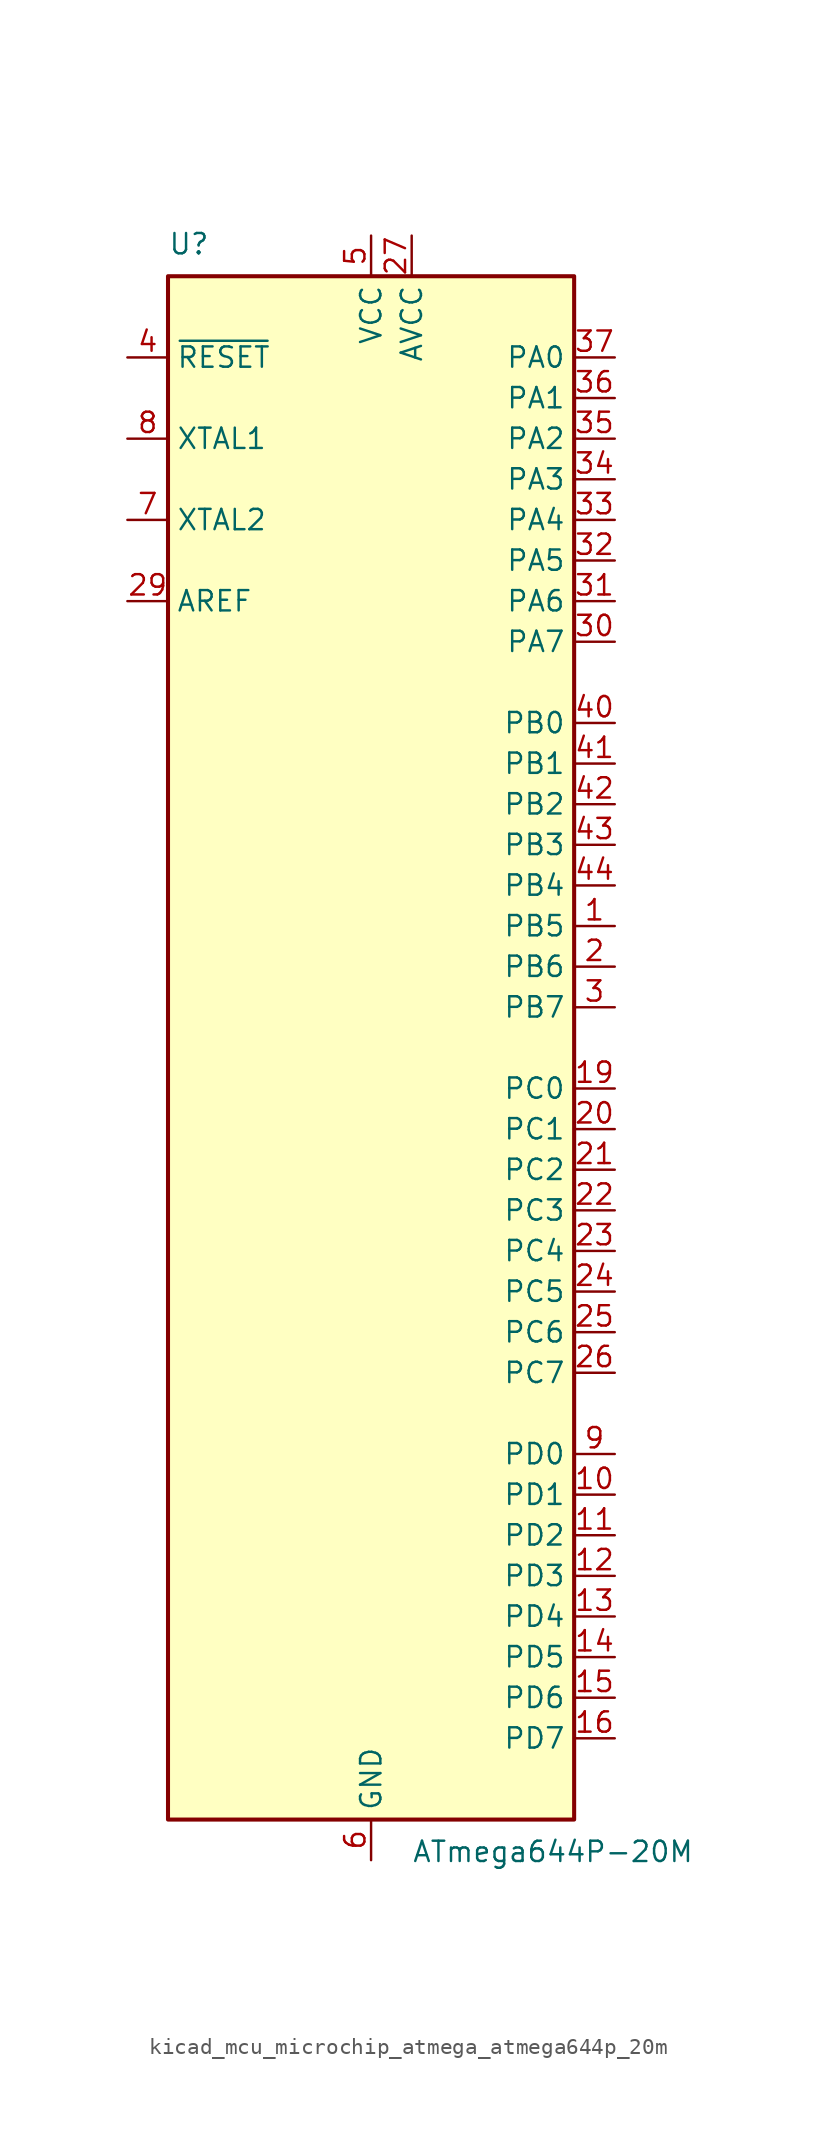
<source format=kicad_sym>
(kicad_symbol_lib
  (version 20220914)
  (generator kicad_symbol_editor)
  (symbol "kicad_mcu_microchip_atmega_atmega644p_20m"
    (property "Reference" "U"
      (at -12.7 49.53 0)
      (effects (font (size 1.27 1.27)) (justify left bottom)))
    (property "Value" "ATmega644P-20M"
      (at 2.54 -49.53 0)
      (effects (font (size 1.27 1.27)) (justify left top)))
    (symbol "kicad_mcu_microchip_atmega_atmega644p_20m_0_1"
      (rectangle (start -12.7 -48.26) (end 12.7 48.26) (stroke (width 0.254) (type default)) (fill (type background))))
    (symbol "kicad_mcu_microchip_atmega_atmega644p_20m_1_1"
      (pin bidirectional line (at 15.24 7.62 180) (length 2.54) (name "PB5" (effects (font (size 1.27 1.27)))) (number "1" (effects (font (size 1.27 1.27)))))
      (pin bidirectional line (at 15.24 -27.94 180) (length 2.54) (name "PD1" (effects (font (size 1.27 1.27)))) (number "10" (effects (font (size 1.27 1.27)))))
      (pin bidirectional line (at 15.24 -30.48 180) (length 2.54) (name "PD2" (effects (font (size 1.27 1.27)))) (number "11" (effects (font (size 1.27 1.27)))))
      (pin bidirectional line (at 15.24 -33.02 180) (length 2.54) (name "PD3" (effects (font (size 1.27 1.27)))) (number "12" (effects (font (size 1.27 1.27)))))
      (pin bidirectional line (at 15.24 -35.56 180) (length 2.54) (name "PD4" (effects (font (size 1.27 1.27)))) (number "13" (effects (font (size 1.27 1.27)))))
      (pin bidirectional line (at 15.24 -38.1 180) (length 2.54) (name "PD5" (effects (font (size 1.27 1.27)))) (number "14" (effects (font (size 1.27 1.27)))))
      (pin bidirectional line (at 15.24 -40.64 180) (length 2.54) (name "PD6" (effects (font (size 1.27 1.27)))) (number "15" (effects (font (size 1.27 1.27)))))
      (pin bidirectional line (at 15.24 -43.18 180) (length 2.54) (name "PD7" (effects (font (size 1.27 1.27)))) (number "16" (effects (font (size 1.27 1.27)))))
      (pin passive line (at 0 50.8 270) (length 2.54) hide (name "VCC" (effects (font (size 1.27 1.27)))) (number "17" (effects (font (size 1.27 1.27)))))
      (pin passive line (at 0 -50.8 90) (length 2.54) hide (name "GND" (effects (font (size 1.27 1.27)))) (number "18" (effects (font (size 1.27 1.27)))))
      (pin bidirectional line (at 15.24 -2.54 180) (length 2.54) (name "PC0" (effects (font (size 1.27 1.27)))) (number "19" (effects (font (size 1.27 1.27)))))
      (pin bidirectional line (at 15.24 5.08 180) (length 2.54) (name "PB6" (effects (font (size 1.27 1.27)))) (number "2" (effects (font (size 1.27 1.27)))))
      (pin bidirectional line (at 15.24 -5.08 180) (length 2.54) (name "PC1" (effects (font (size 1.27 1.27)))) (number "20" (effects (font (size 1.27 1.27)))))
      (pin bidirectional line (at 15.24 -7.62 180) (length 2.54) (name "PC2" (effects (font (size 1.27 1.27)))) (number "21" (effects (font (size 1.27 1.27)))))
      (pin bidirectional line (at 15.24 -10.16 180) (length 2.54) (name "PC3" (effects (font (size 1.27 1.27)))) (number "22" (effects (font (size 1.27 1.27)))))
      (pin bidirectional line (at 15.24 -12.7 180) (length 2.54) (name "PC4" (effects (font (size 1.27 1.27)))) (number "23" (effects (font (size 1.27 1.27)))))
      (pin bidirectional line (at 15.24 -15.24 180) (length 2.54) (name "PC5" (effects (font (size 1.27 1.27)))) (number "24" (effects (font (size 1.27 1.27)))))
      (pin bidirectional line (at 15.24 -17.78 180) (length 2.54) (name "PC6" (effects (font (size 1.27 1.27)))) (number "25" (effects (font (size 1.27 1.27)))))
      (pin bidirectional line (at 15.24 -20.32 180) (length 2.54) (name "PC7" (effects (font (size 1.27 1.27)))) (number "26" (effects (font (size 1.27 1.27)))))
      (pin power_in line (at 2.54 50.8 270) (length 2.54) (name "AVCC" (effects (font (size 1.27 1.27)))) (number "27" (effects (font (size 1.27 1.27)))))
      (pin passive line (at 0 -50.8 90) (length 2.54) hide (name "GND" (effects (font (size 1.27 1.27)))) (number "28" (effects (font (size 1.27 1.27)))))
      (pin passive line (at -15.24 27.94 0) (length 2.54) (name "AREF" (effects (font (size 1.27 1.27)))) (number "29" (effects (font (size 1.27 1.27)))))
      (pin bidirectional line (at 15.24 2.54 180) (length 2.54) (name "PB7" (effects (font (size 1.27 1.27)))) (number "3" (effects (font (size 1.27 1.27)))))
      (pin bidirectional line (at 15.24 25.4 180) (length 2.54) (name "PA7" (effects (font (size 1.27 1.27)))) (number "30" (effects (font (size 1.27 1.27)))))
      (pin bidirectional line (at 15.24 27.94 180) (length 2.54) (name "PA6" (effects (font (size 1.27 1.27)))) (number "31" (effects (font (size 1.27 1.27)))))
      (pin bidirectional line (at 15.24 30.48 180) (length 2.54) (name "PA5" (effects (font (size 1.27 1.27)))) (number "32" (effects (font (size 1.27 1.27)))))
      (pin bidirectional line (at 15.24 33.02 180) (length 2.54) (name "PA4" (effects (font (size 1.27 1.27)))) (number "33" (effects (font (size 1.27 1.27)))))
      (pin bidirectional line (at 15.24 35.56 180) (length 2.54) (name "PA3" (effects (font (size 1.27 1.27)))) (number "34" (effects (font (size 1.27 1.27)))))
      (pin bidirectional line (at 15.24 38.1 180) (length 2.54) (name "PA2" (effects (font (size 1.27 1.27)))) (number "35" (effects (font (size 1.27 1.27)))))
      (pin bidirectional line (at 15.24 40.64 180) (length 2.54) (name "PA1" (effects (font (size 1.27 1.27)))) (number "36" (effects (font (size 1.27 1.27)))))
      (pin bidirectional line (at 15.24 43.18 180) (length 2.54) (name "PA0" (effects (font (size 1.27 1.27)))) (number "37" (effects (font (size 1.27 1.27)))))
      (pin passive line (at 0 50.8 270) (length 2.54) hide (name "VCC" (effects (font (size 1.27 1.27)))) (number "38" (effects (font (size 1.27 1.27)))))
      (pin passive line (at 0 -50.8 90) (length 2.54) hide (name "GND" (effects (font (size 1.27 1.27)))) (number "39" (effects (font (size 1.27 1.27)))))
      (pin input line (at -15.24 43.18 0) (length 2.54) (name "~{RESET}" (effects (font (size 1.27 1.27)))) (number "4" (effects (font (size 1.27 1.27)))))
      (pin bidirectional line (at 15.24 20.32 180) (length 2.54) (name "PB0" (effects (font (size 1.27 1.27)))) (number "40" (effects (font (size 1.27 1.27)))))
      (pin bidirectional line (at 15.24 17.78 180) (length 2.54) (name "PB1" (effects (font (size 1.27 1.27)))) (number "41" (effects (font (size 1.27 1.27)))))
      (pin bidirectional line (at 15.24 15.24 180) (length 2.54) (name "PB2" (effects (font (size 1.27 1.27)))) (number "42" (effects (font (size 1.27 1.27)))))
      (pin bidirectional line (at 15.24 12.7 180) (length 2.54) (name "PB3" (effects (font (size 1.27 1.27)))) (number "43" (effects (font (size 1.27 1.27)))))
      (pin bidirectional line (at 15.24 10.16 180) (length 2.54) (name "PB4" (effects (font (size 1.27 1.27)))) (number "44" (effects (font (size 1.27 1.27)))))
      (pin passive line (at 0 -50.8 90) (length 2.54) hide (name "GND" (effects (font (size 1.27 1.27)))) (number "45" (effects (font (size 1.27 1.27)))))
      (pin power_in line (at 0 50.8 270) (length 2.54) (name "VCC" (effects (font (size 1.27 1.27)))) (number "5" (effects (font (size 1.27 1.27)))))
      (pin power_in line (at 0 -50.8 90) (length 2.54) (name "GND" (effects (font (size 1.27 1.27)))) (number "6" (effects (font (size 1.27 1.27)))))
      (pin output line (at -15.24 33.02 0) (length 2.54) (name "XTAL2" (effects (font (size 1.27 1.27)))) (number "7" (effects (font (size 1.27 1.27)))))
      (pin input line (at -15.24 38.1 0) (length 2.54) (name "XTAL1" (effects (font (size 1.27 1.27)))) (number "8" (effects (font (size 1.27 1.27)))))
      (pin bidirectional line (at 15.24 -25.4 180) (length 2.54) (name "PD0" (effects (font (size 1.27 1.27)))) (number "9" (effects (font (size 1.27 1.27))))))))
</source>
